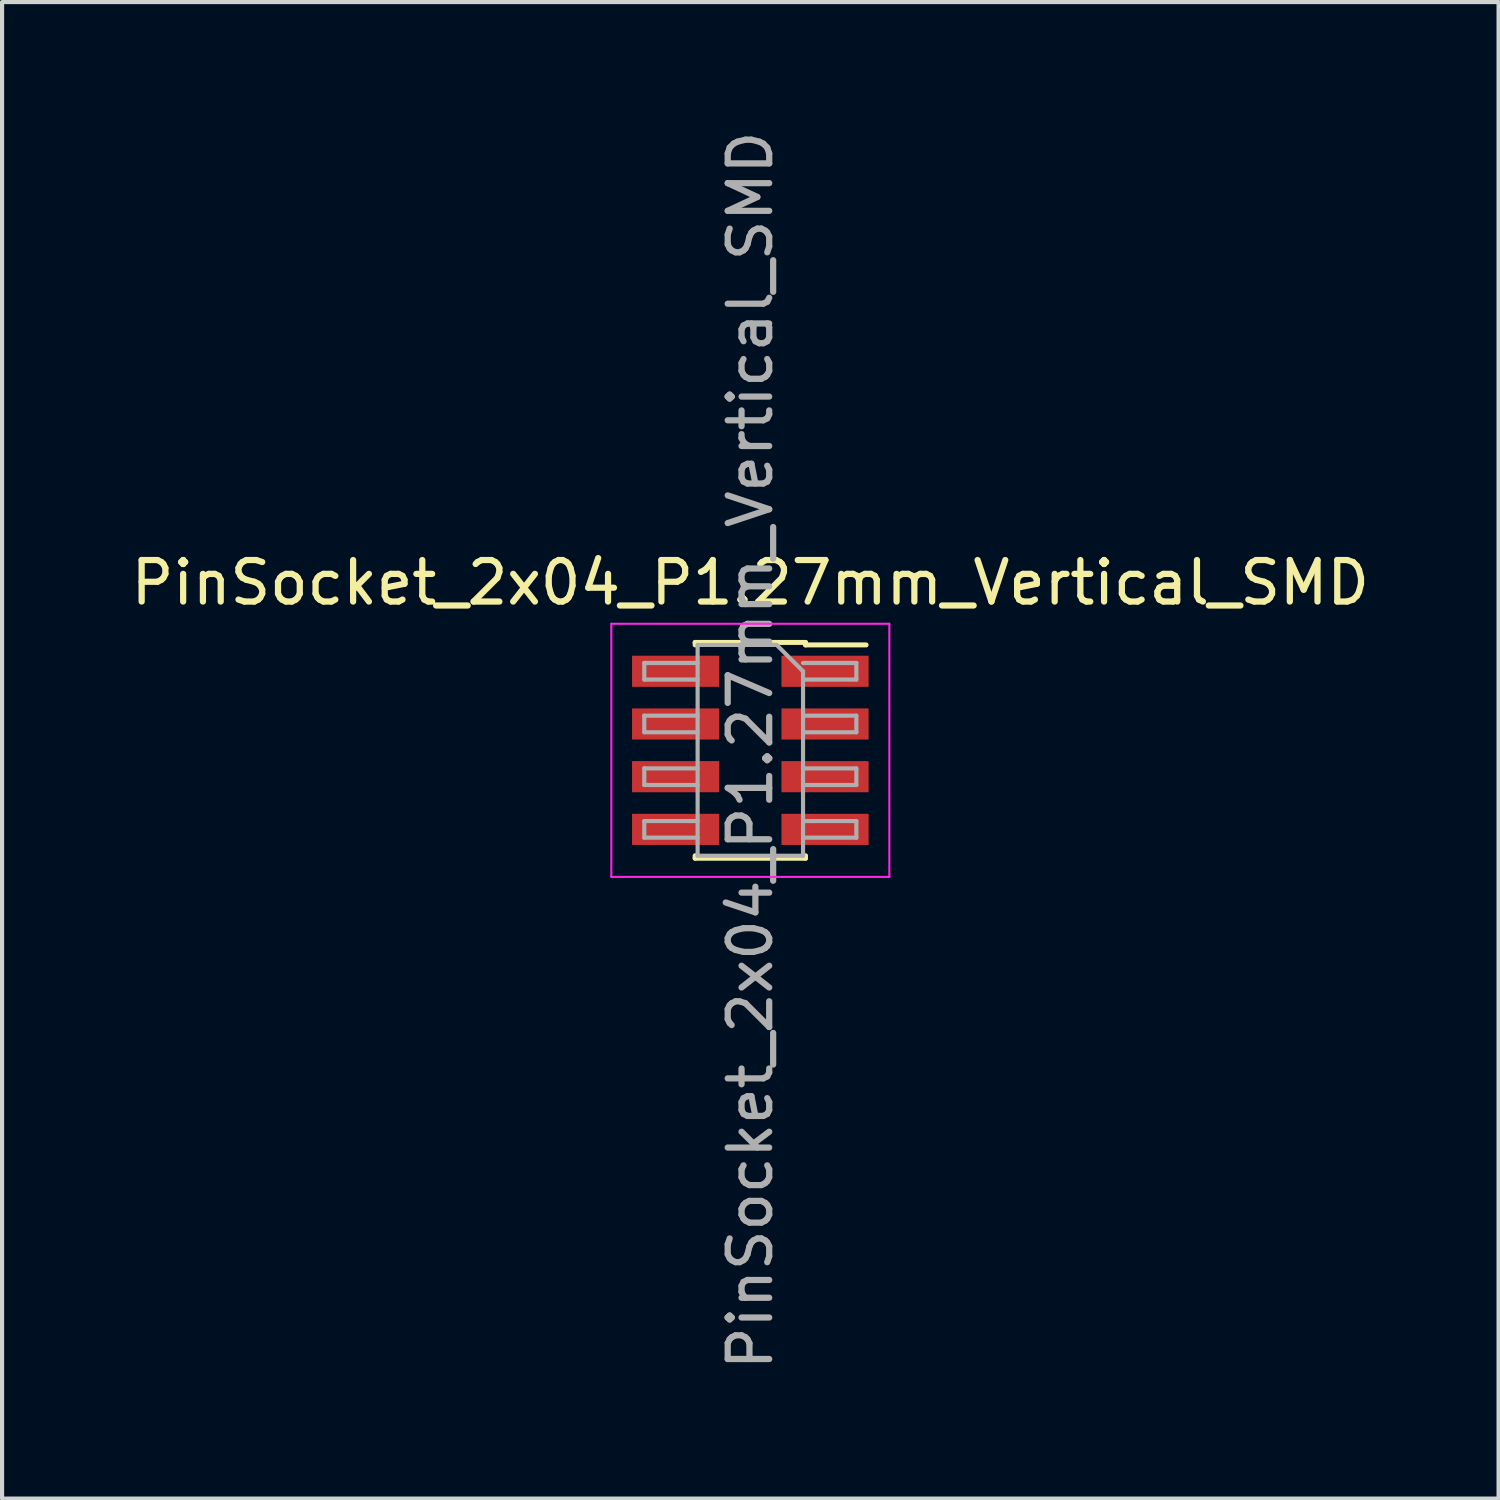
<source format=kicad_pcb>
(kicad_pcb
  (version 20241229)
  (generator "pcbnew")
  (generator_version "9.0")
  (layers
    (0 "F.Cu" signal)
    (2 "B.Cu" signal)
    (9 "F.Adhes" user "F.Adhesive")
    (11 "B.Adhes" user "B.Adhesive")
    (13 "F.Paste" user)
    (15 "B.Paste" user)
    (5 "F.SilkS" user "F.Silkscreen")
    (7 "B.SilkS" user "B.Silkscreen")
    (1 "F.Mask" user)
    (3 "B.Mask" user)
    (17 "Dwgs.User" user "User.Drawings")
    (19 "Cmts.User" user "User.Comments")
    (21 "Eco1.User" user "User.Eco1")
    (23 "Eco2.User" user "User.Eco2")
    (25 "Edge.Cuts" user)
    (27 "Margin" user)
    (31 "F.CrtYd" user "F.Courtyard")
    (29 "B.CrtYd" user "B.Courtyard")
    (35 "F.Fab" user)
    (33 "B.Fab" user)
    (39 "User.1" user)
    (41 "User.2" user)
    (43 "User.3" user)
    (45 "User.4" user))
  (footprint "PinSocket_2x04_P1.27mm_Vertical_SMD"
    (layer "F.Cu")
    (at 15.03 15.03)
    (property "Reference" "PinSocket_2x04_P1.27mm_Vertical_SMD" (at 0 -4.04 0) (layer "F.SilkS") (effects (font (size 1 1) (thickness 0.15))))
    (attr smd)
    (fp_line (start -1.33 -2.6) (end -1.33 -2.54) (stroke (width 0.12) (type solid)) (layer "F.SilkS"))
    (fp_line (start -1.33 -2.6) (end 1.33 -2.6) (stroke (width 0.12) (type solid)) (layer "F.SilkS"))
    (fp_line (start -1.33 2.54) (end -1.33 2.6) (stroke (width 0.12) (type solid)) (layer "F.SilkS"))
    (fp_line (start -1.33 2.6) (end 1.33 2.6) (stroke (width 0.12) (type solid)) (layer "F.SilkS"))
    (fp_line (start 1.33 -2.6) (end 1.33 -2.54) (stroke (width 0.12) (type solid)) (layer "F.SilkS"))
    (fp_line (start 1.33 -2.54) (end 2.79 -2.54) (stroke (width 0.12) (type solid)) (layer "F.SilkS"))
    (fp_line (start 1.33 2.54) (end 1.33 2.6) (stroke (width 0.12) (type solid)) (layer "F.SilkS"))
    (fp_line (start -3.35 -3.05) (end 3.35 -3.05) (stroke (width 0.05) (type solid)) (layer "F.CrtYd"))
    (fp_line (start -3.35 3.05) (end -3.35 -3.05) (stroke (width 0.05) (type solid)) (layer "F.CrtYd"))
    (fp_line (start 3.35 -3.05) (end 3.35 3.05) (stroke (width 0.05) (type solid)) (layer "F.CrtYd"))
    (fp_line (start 3.35 3.05) (end -3.35 3.05) (stroke (width 0.05) (type solid)) (layer "F.CrtYd"))
    (fp_line (start -2.555 -2.105) (end -1.27 -2.105) (stroke (width 0.1) (type solid)) (layer "F.Fab"))
    (fp_line (start -2.555 -1.705) (end -2.555 -2.105) (stroke (width 0.1) (type solid)) (layer "F.Fab"))
    (fp_line (start -2.555 -0.835) (end -1.27 -0.835) (stroke (width 0.1) (type solid)) (layer "F.Fab"))
    (fp_line (start -2.555 -0.435) (end -2.555 -0.835) (stroke (width 0.1) (type solid)) (layer "F.Fab"))
    (fp_line (start -2.555 0.435) (end -1.27 0.435) (stroke (width 0.1) (type solid)) (layer "F.Fab"))
    (fp_line (start -2.555 0.835) (end -2.555 0.435) (stroke (width 0.1) (type solid)) (layer "F.Fab"))
    (fp_line (start -2.555 1.705) (end -1.27 1.705) (stroke (width 0.1) (type solid)) (layer "F.Fab"))
    (fp_line (start -2.555 2.105) (end -2.555 1.705) (stroke (width 0.1) (type solid)) (layer "F.Fab"))
    (fp_line (start -1.27 -2.54) (end 0.635 -2.54) (stroke (width 0.1) (type solid)) (layer "F.Fab"))
    (fp_line (start -1.27 -1.705) (end -2.555 -1.705) (stroke (width 0.1) (type solid)) (layer "F.Fab"))
    (fp_line (start -1.27 -0.435) (end -2.555 -0.435) (stroke (width 0.1) (type solid)) (layer "F.Fab"))
    (fp_line (start -1.27 0.835) (end -2.555 0.835) (stroke (width 0.1) (type solid)) (layer "F.Fab"))
    (fp_line (start -1.27 2.105) (end -2.555 2.105) (stroke (width 0.1) (type solid)) (layer "F.Fab"))
    (fp_line (start -1.27 2.54) (end -1.27 -2.54) (stroke (width 0.1) (type solid)) (layer "F.Fab"))
    (fp_line (start 0.635 -2.54) (end 1.27 -1.905) (stroke (width 0.1) (type solid)) (layer "F.Fab"))
    (fp_line (start 1.27 -2.105) (end 2.555 -2.105) (stroke (width 0.1) (type solid)) (layer "F.Fab"))
    (fp_line (start 1.27 -1.905) (end 1.27 2.54) (stroke (width 0.1) (type solid)) (layer "F.Fab"))
    (fp_line (start 1.27 -0.835) (end 2.555 -0.835) (stroke (width 0.1) (type solid)) (layer "F.Fab"))
    (fp_line (start 1.27 0.435) (end 2.555 0.435) (stroke (width 0.1) (type solid)) (layer "F.Fab"))
    (fp_line (start 1.27 1.705) (end 2.555 1.705) (stroke (width 0.1) (type solid)) (layer "F.Fab"))
    (fp_line (start 1.27 2.54) (end -1.27 2.54) (stroke (width 0.1) (type solid)) (layer "F.Fab"))
    (fp_line (start 2.555 -2.105) (end 2.555 -1.705) (stroke (width 0.1) (type solid)) (layer "F.Fab"))
    (fp_line (start 2.555 -1.705) (end 1.27 -1.705) (stroke (width 0.1) (type solid)) (layer "F.Fab"))
    (fp_line (start 2.555 -0.835) (end 2.555 -0.435) (stroke (width 0.1) (type solid)) (layer "F.Fab"))
    (fp_line (start 2.555 -0.435) (end 1.27 -0.435) (stroke (width 0.1) (type solid)) (layer "F.Fab"))
    (fp_line (start 2.555 0.435) (end 2.555 0.835) (stroke (width 0.1) (type solid)) (layer "F.Fab"))
    (fp_line (start 2.555 0.835) (end 1.27 0.835) (stroke (width 0.1) (type solid)) (layer "F.Fab"))
    (fp_line (start 2.555 1.705) (end 2.555 2.105) (stroke (width 0.1) (type solid)) (layer "F.Fab"))
    (fp_line (start 2.555 2.105) (end 1.27 2.105) (stroke (width 0.1) (type solid)) (layer "F.Fab"))
    (fp_text user "${REFERENCE}" (at 0 0 90) (layer "F.Fab") (effects (font (size 1 1) (thickness 0.15))))
    (pad "1" smd rect (at 1.8 -1.905) (size 2.1 0.75) (layers "F.Cu" "F.Mask" "F.Paste"))
    (pad "2" smd rect (at -1.8 -1.905) (size 2.1 0.75) (layers "F.Cu" "F.Mask" "F.Paste"))
    (pad "3" smd rect (at 1.8 -0.635) (size 2.1 0.75) (layers "F.Cu" "F.Mask" "F.Paste"))
    (pad "4" smd rect (at -1.8 -0.635) (size 2.1 0.75) (layers "F.Cu" "F.Mask" "F.Paste"))
    (pad "5" smd rect (at 1.8 0.635) (size 2.1 0.75) (layers "F.Cu" "F.Mask" "F.Paste"))
    (pad "6" smd rect (at -1.8 0.635) (size 2.1 0.75) (layers "F.Cu" "F.Mask" "F.Paste"))
    (pad "7" smd rect (at 1.8 1.905) (size 2.1 0.75) (layers "F.Cu" "F.Mask" "F.Paste"))
    (pad "8" smd rect (at -1.8 1.905) (size 2.1 0.75) (layers "F.Cu" "F.Mask" "F.Paste")))
  (gr_rect
    (start -3 -3)
    (end 33.06 33.06)
    (stroke (width 0.1) (type default))
    (fill no)
    (layer "Edge.Cuts")))
</source>
